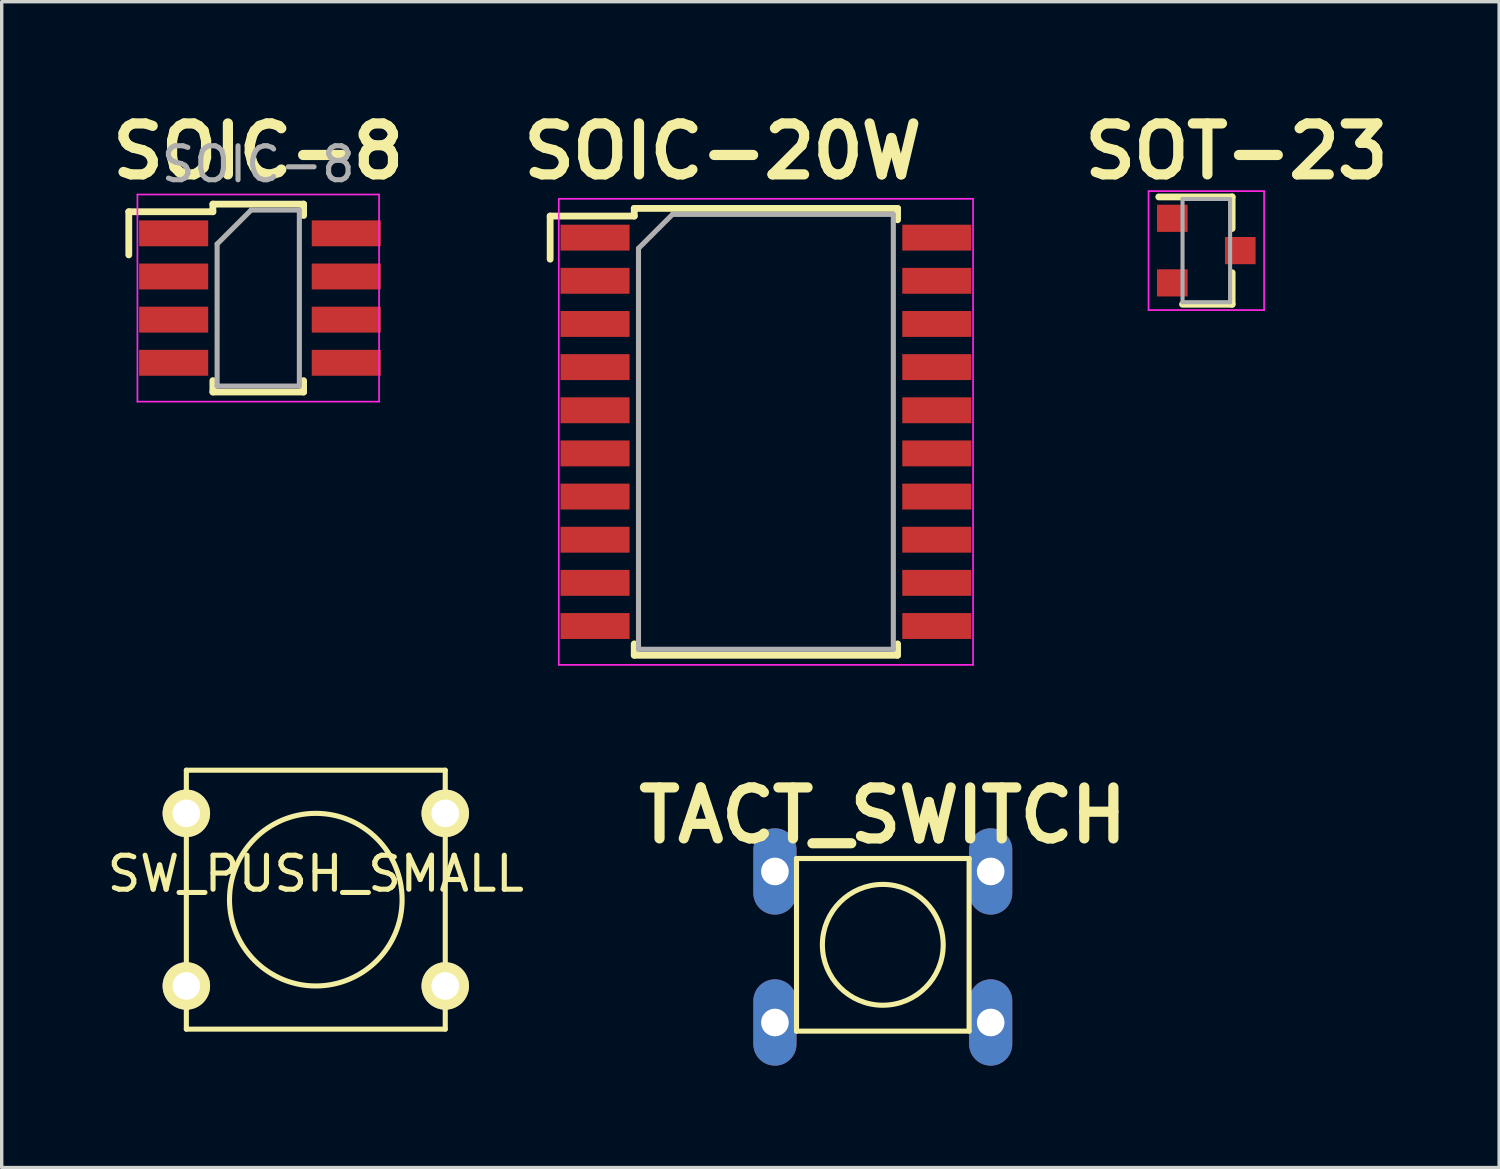
<source format=kicad_pcb>
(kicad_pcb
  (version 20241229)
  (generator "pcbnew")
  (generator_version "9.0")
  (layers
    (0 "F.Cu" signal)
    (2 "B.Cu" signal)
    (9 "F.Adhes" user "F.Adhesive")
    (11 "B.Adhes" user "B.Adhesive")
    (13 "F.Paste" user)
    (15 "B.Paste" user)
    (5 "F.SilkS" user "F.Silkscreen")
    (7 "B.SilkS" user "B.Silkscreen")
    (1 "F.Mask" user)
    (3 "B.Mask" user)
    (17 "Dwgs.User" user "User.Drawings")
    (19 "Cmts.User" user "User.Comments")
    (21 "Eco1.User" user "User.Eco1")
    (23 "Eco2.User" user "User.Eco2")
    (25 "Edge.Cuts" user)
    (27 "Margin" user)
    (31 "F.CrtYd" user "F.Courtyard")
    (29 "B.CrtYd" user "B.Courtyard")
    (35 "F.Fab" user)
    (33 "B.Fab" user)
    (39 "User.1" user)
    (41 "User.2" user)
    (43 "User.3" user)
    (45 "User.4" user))
  (footprint "TACT_SWITCH"
    (layer "F.Cu")
    (at 19.756 22.597)
    (property "Reference" "TACT_SWITCH" (at 3.175 -1.651 0) (layer "F.SilkS") (effects (font (size 1.5 1.5) (thickness 0.3))))
    (attr through_hole)
    (fp_line (start 0.635 -0.381) (end 0.635 4.699) (stroke (width 0.15) (type solid)) (layer "F.SilkS"))
    (fp_line (start 0.635 -0.381) (end 5.715 -0.381) (stroke (width 0.15) (type solid)) (layer "F.SilkS"))
    (fp_line (start 5.715 -0.381) (end 5.715 4.699) (stroke (width 0.15) (type solid)) (layer "F.SilkS"))
    (fp_line (start 5.715 4.699) (end 0.635 4.699) (stroke (width 0.15) (type solid)) (layer "F.SilkS"))
    (fp_circle (center 3.175 2.159) (end 3.175 0.381) (stroke (width 0.15) (type solid)) (fill no) (layer "F.SilkS"))
    (pad "1" thru_hole oval (at 0 0) (size 1.27 2.54) (drill 0.813) (layers "*.Cu" "*.Mask"))
    (pad "1" thru_hole oval (at 6.35 0) (size 1.27 2.54) (drill 0.813) (layers "*.Cu" "*.Mask"))
    (pad "2" thru_hole oval (at 0 4.445) (size 1.27 2.54) (drill 0.813) (layers "*.Cu" "*.Mask"))
    (pad "2" thru_hole oval (at 6.35 4.445) (size 1.27 2.54) (drill 0.813) (layers "*.Cu" "*.Mask")))
  (footprint "SW_PUSH_SMALL"
    (layer "F.Cu")
    (at 6.244 23.427)
    (property "Reference" "SW_PUSH_SMALL" (at 0 -0.762 0) (layer "F.SilkS") (effects (font (size 1 1) (thickness 0.15))))
    (attr through_hole)
    (fp_line (start -3.81 -3.81) (end -3.81 3.81) (stroke (width 0.15) (type solid)) (layer "F.SilkS"))
    (fp_line (start -3.81 -3.81) (end 3.81 -3.81) (stroke (width 0.15) (type solid)) (layer "F.SilkS"))
    (fp_line (start 3.81 -3.81) (end 3.81 3.81) (stroke (width 0.15) (type solid)) (layer "F.SilkS"))
    (fp_line (start 3.81 3.81) (end -3.81 3.81) (stroke (width 0.15) (type solid)) (layer "F.SilkS"))
    (fp_circle (center 0 0) (end 0 -2.54) (stroke (width 0.15) (type solid)) (fill no) (layer "F.SilkS"))
    (pad "1" thru_hole circle (at -3.81 -2.54) (size 1.397 1.397) (drill 0.813) (layers "*.Cu" "*.Mask" "F.SilkS"))
    (pad "1" thru_hole circle (at 3.81 -2.54) (size 1.397 1.397) (drill 0.813) (layers "*.Cu" "*.Mask" "F.SilkS"))
    (pad "2" thru_hole circle (at -3.81 2.54) (size 1.397 1.397) (drill 0.813) (layers "*.Cu" "*.Mask" "F.SilkS"))
    (pad "2" thru_hole circle (at 3.81 2.54) (size 1.397 1.397) (drill 0.813) (layers "*.Cu" "*.Mask" "F.SilkS")))
  (footprint "SOT-23"
    (layer "F.Cu")
    (at 32.452 4.325)
    (property "Reference" "SOT-23" (at 0.889 -2.921 0) (layer "F.SilkS") (effects (font (size 1.5 1.5) (thickness 0.3))))
    (attr smd)
    (fp_line (start 0.76 -1.58) (end -1.4 -1.58) (stroke (width 0.2) (type solid)) (layer "F.SilkS"))
    (fp_line (start 0.76 -1.58) (end 0.76 -0.65) (stroke (width 0.2) (type solid)) (layer "F.SilkS"))
    (fp_line (start 0.76 1.58) (end -0.7 1.58) (stroke (width 0.2) (type solid)) (layer "F.SilkS"))
    (fp_line (start 0.76 1.58) (end 0.76 0.65) (stroke (width 0.2) (type solid)) (layer "F.SilkS"))
    (fp_line (start -1.7 -1.75) (end 1.7 -1.75) (stroke (width 0.05) (type solid)) (layer "F.CrtYd"))
    (fp_line (start -1.7 1.75) (end -1.7 -1.75) (stroke (width 0.05) (type solid)) (layer "F.CrtYd"))
    (fp_line (start 1.7 -1.75) (end 1.7 1.75) (stroke (width 0.05) (type solid)) (layer "F.CrtYd"))
    (fp_line (start 1.7 1.75) (end -1.7 1.75) (stroke (width 0.05) (type solid)) (layer "F.CrtYd"))
    (fp_line (start -0.7 -1.52) (end -0.7 1.52) (stroke (width 0.12) (type solid)) (layer "F.Fab"))
    (fp_line (start -0.7 -1.52) (end 0.7 -1.52) (stroke (width 0.12) (type solid)) (layer "F.Fab"))
    (fp_line (start -0.7 1.52) (end 0.7 1.52) (stroke (width 0.12) (type solid)) (layer "F.Fab"))
    (fp_line (start 0.7 -1.52) (end 0.7 1.52) (stroke (width 0.12) (type solid)) (layer "F.Fab"))
    (pad "1" smd rect (at -1 -0.95) (size 0.9 0.8) (layers "F.Cu" "F.Mask" "F.Paste"))
    (pad "2" smd rect (at -1 0.95) (size 0.9 0.8) (layers "F.Cu" "F.Mask" "F.Paste"))
    (pad "3" smd rect (at 1 0) (size 0.9 0.8) (layers "F.Cu" "F.Mask" "F.Paste")))
  (footprint "SOIC-8"
    (layer "F.Cu")
    (at 4.55 5.722)
    (property "Reference" "SOIC-8" (at 0 -4.318 0) (layer "F.SilkS") (effects (font (size 1.5 1.5) (thickness 0.3))))
    (attr smd)
    (fp_line (start -3.81 -2.54) (end -3.81 -1.27) (stroke (width 0.2) (type solid)) (layer "F.SilkS"))
    (fp_line (start -1.335 -2.765) (end -1.335 -2.54) (stroke (width 0.2) (type solid)) (layer "F.SilkS"))
    (fp_line (start -1.335 -2.765) (end 1.335 -2.765) (stroke (width 0.2) (type solid)) (layer "F.SilkS"))
    (fp_line (start -1.335 -2.54) (end -3.81 -2.54) (stroke (width 0.2) (type solid)) (layer "F.SilkS"))
    (fp_line (start -1.335 2.765) (end -1.335 2.43) (stroke (width 0.2) (type solid)) (layer "F.SilkS"))
    (fp_line (start -1.335 2.765) (end 1.335 2.765) (stroke (width 0.2) (type solid)) (layer "F.SilkS"))
    (fp_line (start 1.335 -2.765) (end 1.335 -2.43) (stroke (width 0.2) (type solid)) (layer "F.SilkS"))
    (fp_line (start 1.335 2.765) (end 1.335 2.43) (stroke (width 0.2) (type solid)) (layer "F.SilkS"))
    (fp_line (start -3.556 -3.048) (end -3.556 3.048) (stroke (width 0.05) (type solid)) (layer "F.CrtYd"))
    (fp_line (start -3.556 -3.048) (end 3.556 -3.048) (stroke (width 0.05) (type solid)) (layer "F.CrtYd"))
    (fp_line (start -3.556 3.048) (end 3.556 3.048) (stroke (width 0.05) (type solid)) (layer "F.CrtYd"))
    (fp_line (start 3.556 -3.048) (end 3.556 3.048) (stroke (width 0.05) (type solid)) (layer "F.CrtYd"))
    (fp_line (start -1.21 -1.59) (end -0.21 -2.59) (stroke (width 0.15) (type solid)) (layer "F.Fab"))
    (fp_line (start -1.21 2.59) (end -1.21 -1.59) (stroke (width 0.15) (type solid)) (layer "F.Fab"))
    (fp_line (start -0.21 -2.59) (end 1.21 -2.59) (stroke (width 0.15) (type solid)) (layer "F.Fab"))
    (fp_line (start 1.21 -2.59) (end 1.21 2.59) (stroke (width 0.15) (type solid)) (layer "F.Fab"))
    (fp_line (start 1.21 2.59) (end -1.21 2.59) (stroke (width 0.15) (type solid)) (layer "F.Fab"))
    (fp_text user "${REFERENCE}" (at 0 -3.937 0) (layer "F.Fab") (effects (font (size 1 1) (thickness 0.15))))
    (pad "1" smd rect (at -2.489 -1.905) (size 2.032 0.762) (layers "F.Cu" "F.Mask" "F.Paste"))
    (pad "2" smd rect (at -2.489 -0.635) (size 2.032 0.762) (layers "F.Cu" "F.Mask" "F.Paste"))
    (pad "3" smd rect (at -2.489 0.635) (size 2.032 0.762) (layers "F.Cu" "F.Mask" "F.Paste"))
    (pad "4" smd rect (at -2.489 1.905) (size 2.032 0.762) (layers "F.Cu" "F.Mask" "F.Paste"))
    (pad "5" smd rect (at 2.591 -1.905) (size 2.032 0.762) (layers "F.Cu" "F.Mask" "F.Paste"))
    (pad "6" smd rect (at 2.591 -0.635) (size 2.032 0.762) (layers "F.Cu" "F.Mask" "F.Paste"))
    (pad "7" smd rect (at 2.591 0.635) (size 2.032 0.762) (layers "F.Cu" "F.Mask" "F.Paste"))
    (pad "8" smd rect (at 2.591 1.905) (size 2.032 0.762) (layers "F.Cu" "F.Mask" "F.Paste")))
  (footprint "SOIC-20W"
    (layer "F.Cu")
    (at 19.491 9.659)
    (property "Reference" "SOIC-20W" (at -1.27 -8.255 0) (layer "F.SilkS") (effects (font (size 1.5 1.5) (thickness 0.3))))
    (attr smd)
    (fp_line (start -6.35 -6.35) (end -6.35 -5.08) (stroke (width 0.2) (type solid)) (layer "F.SilkS"))
    (fp_line (start -3.875 -6.575) (end -3.875 -6.35) (stroke (width 0.2) (type solid)) (layer "F.SilkS"))
    (fp_line (start -3.875 -6.575) (end 3.875 -6.575) (stroke (width 0.2) (type solid)) (layer "F.SilkS"))
    (fp_line (start -3.875 -6.35) (end -6.35 -6.35) (stroke (width 0.2) (type solid)) (layer "F.SilkS"))
    (fp_line (start -3.875 6.575) (end -3.875 6.24) (stroke (width 0.2) (type solid)) (layer "F.SilkS"))
    (fp_line (start -3.875 6.575) (end 3.875 6.575) (stroke (width 0.2) (type solid)) (layer "F.SilkS"))
    (fp_line (start 3.875 -6.575) (end 3.875 -6.24) (stroke (width 0.2) (type solid)) (layer "F.SilkS"))
    (fp_line (start 3.875 6.575) (end 3.875 6.24) (stroke (width 0.2) (type solid)) (layer "F.SilkS"))
    (fp_line (start -6.096 -6.858) (end -6.096 6.858) (stroke (width 0.05) (type solid)) (layer "F.CrtYd"))
    (fp_line (start -6.096 -6.858) (end 6.096 -6.858) (stroke (width 0.05) (type solid)) (layer "F.CrtYd"))
    (fp_line (start -6.096 6.858) (end 6.096 6.858) (stroke (width 0.05) (type solid)) (layer "F.CrtYd"))
    (fp_line (start 6.096 -6.858) (end 6.096 6.858) (stroke (width 0.05) (type solid)) (layer "F.CrtYd"))
    (fp_line (start -3.75 -5.4) (end -2.75 -6.4) (stroke (width 0.15) (type solid)) (layer "F.Fab"))
    (fp_line (start -3.75 6.4) (end -3.75 -5.4) (stroke (width 0.15) (type solid)) (layer "F.Fab"))
    (fp_line (start -2.75 -6.4) (end 3.75 -6.4) (stroke (width 0.15) (type solid)) (layer "F.Fab"))
    (fp_line (start 3.75 -6.4) (end 3.75 6.4) (stroke (width 0.15) (type solid)) (layer "F.Fab"))
    (fp_line (start 3.75 6.4) (end -3.75 6.4) (stroke (width 0.15) (type solid)) (layer "F.Fab"))
    (pad "1" smd rect (at -5.029 -5.715) (size 2.032 0.762) (layers "F.Cu" "F.Mask" "F.Paste"))
    (pad "2" smd rect (at -5.029 -4.445) (size 2.032 0.762) (layers "F.Cu" "F.Mask" "F.Paste"))
    (pad "3" smd rect (at -5.029 -3.175) (size 2.032 0.762) (layers "F.Cu" "F.Mask" "F.Paste"))
    (pad "4" smd rect (at -5.029 -1.905) (size 2.032 0.762) (layers "F.Cu" "F.Mask" "F.Paste"))
    (pad "5" smd rect (at -5.029 -0.635) (size 2.032 0.762) (layers "F.Cu" "F.Mask" "F.Paste"))
    (pad "6" smd rect (at -5.029 0.635) (size 2.032 0.762) (layers "F.Cu" "F.Mask" "F.Paste"))
    (pad "7" smd rect (at -5.029 1.905) (size 2.032 0.762) (layers "F.Cu" "F.Mask" "F.Paste"))
    (pad "8" smd rect (at -5.029 3.175) (size 2.032 0.762) (layers "F.Cu" "F.Mask" "F.Paste"))
    (pad "9" smd rect (at -5.029 4.445) (size 2.032 0.762) (layers "F.Cu" "F.Mask" "F.Paste"))
    (pad "10" smd rect (at -5.029 5.715) (size 2.032 0.762) (layers "F.Cu" "F.Mask" "F.Paste"))
    (pad "11" smd rect (at 5.029 5.715) (size 2.032 0.762) (layers "F.Cu" "F.Mask" "F.Paste"))
    (pad "12" smd rect (at 5.029 4.445) (size 2.032 0.762) (layers "F.Cu" "F.Mask" "F.Paste"))
    (pad "13" smd rect (at 5.029 3.175) (size 2.032 0.762) (layers "F.Cu" "F.Mask" "F.Paste"))
    (pad "14" smd rect (at 5.029 1.905) (size 2.032 0.762) (layers "F.Cu" "F.Mask" "F.Paste"))
    (pad "15" smd rect (at 5.029 0.635) (size 2.032 0.762) (layers "F.Cu" "F.Mask" "F.Paste"))
    (pad "16" smd rect (at 5.029 -0.635) (size 2.032 0.762) (layers "F.Cu" "F.Mask" "F.Paste"))
    (pad "17" smd rect (at 5.029 -1.905) (size 2.032 0.762) (layers "F.Cu" "F.Mask" "F.Paste"))
    (pad "18" smd rect (at 5.029 -3.175) (size 2.032 0.762) (layers "F.Cu" "F.Mask" "F.Paste"))
    (pad "19" smd rect (at 5.029 -4.445) (size 2.032 0.762) (layers "F.Cu" "F.Mask" "F.Paste"))
    (pad "20" smd rect (at 5.029 -5.715) (size 2.032 0.762) (layers "F.Cu" "F.Mask" "F.Paste")))
  (gr_rect
    (start -3 -3)
    (end 41.07 31.312)
    (stroke (width 0.1) (type default))
    (fill no)
    (layer "Edge.Cuts")))
</source>
